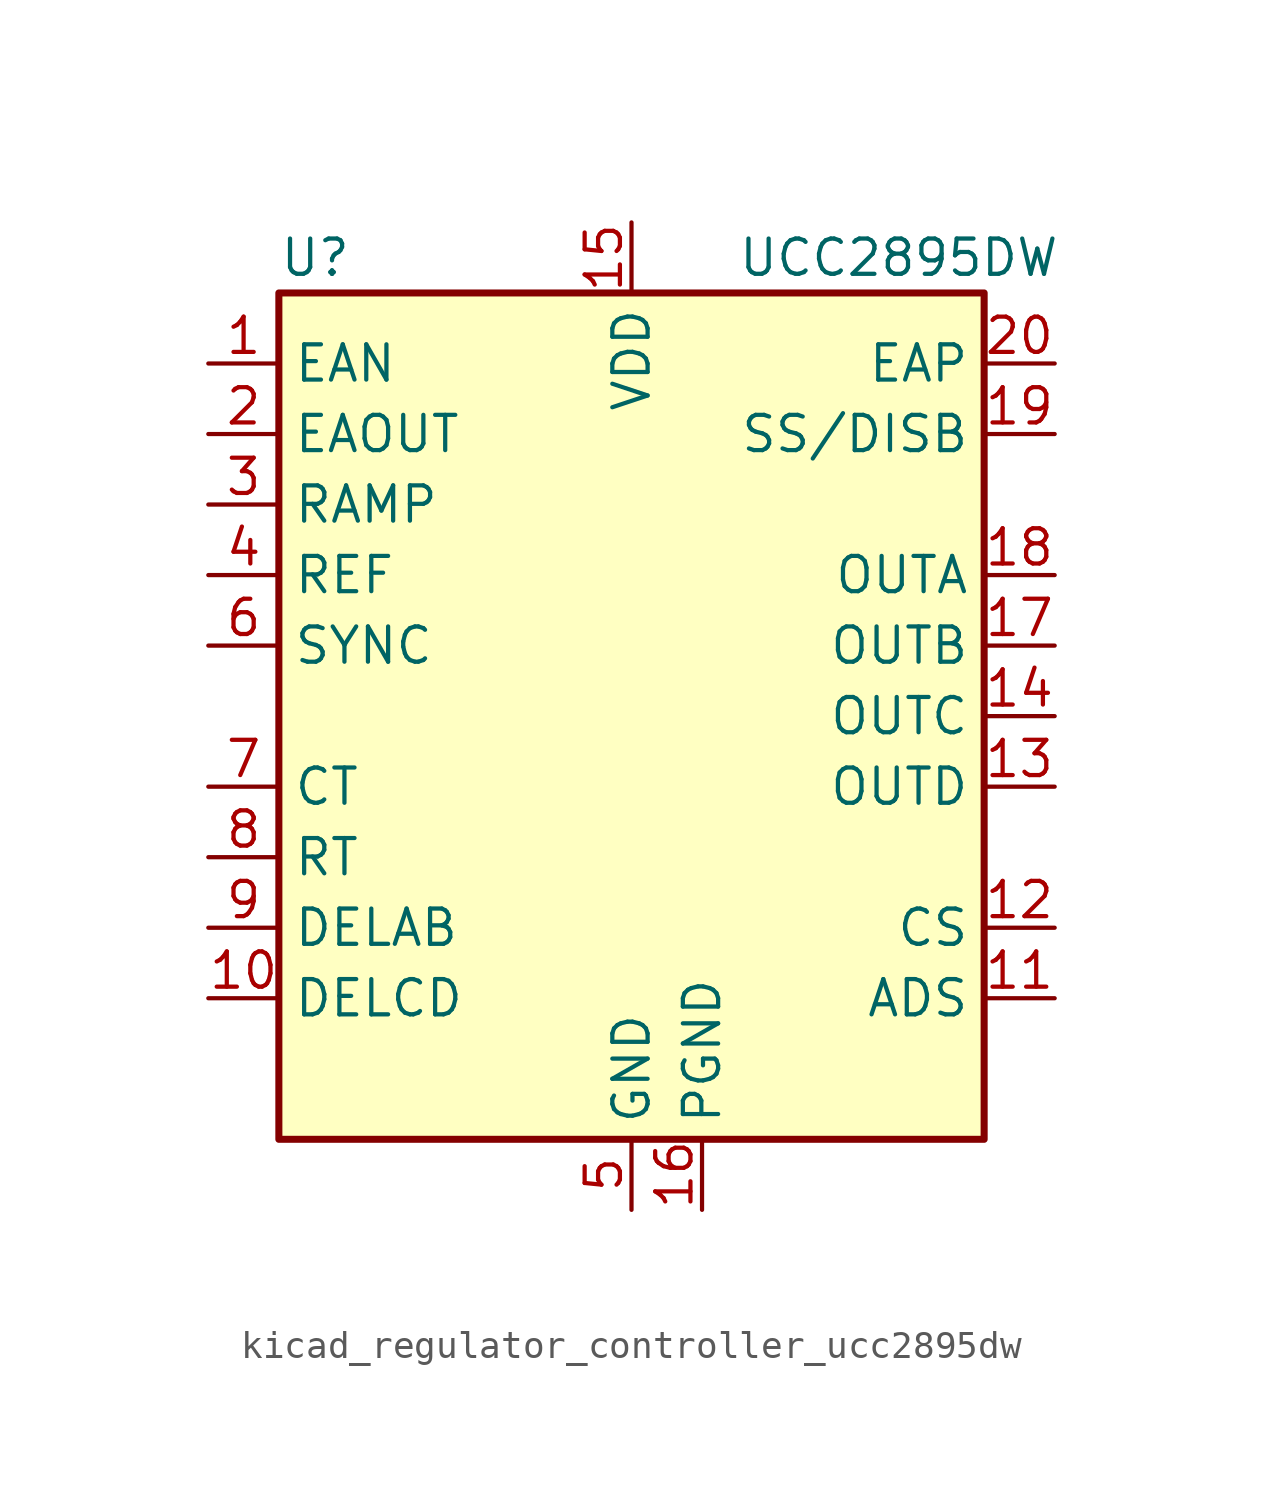
<source format=kicad_sym>
(kicad_symbol_lib
  (version 20220914)
  (generator kicad_symbol_editor)
  (symbol "kicad_regulator_controller_ucc2895dw"
    (property "Reference" "U"
      (at -12.7 16.51 0)
      (effects (font (size 1.27 1.27)) (justify left)))
    (property "Value" "UCC2895DW"
      (at 3.81 16.51 0)
      (effects (font (size 1.27 1.27)) (justify left)))
    (symbol "kicad_regulator_controller_ucc2895dw_0_1"
      (rectangle (start -12.7 15.24) (end 12.7 -15.24) (stroke (width 0.254) (type default)) (fill (type background))))
    (symbol "kicad_regulator_controller_ucc2895dw_1_1"
      (pin input line (at -15.24 12.7 0) (length 2.54) (name "EAN" (effects (font (size 1.27 1.27)))) (number "1" (effects (font (size 1.27 1.27)))))
      (pin passive line (at -15.24 -10.16 0) (length 2.54) (name "DELCD" (effects (font (size 1.27 1.27)))) (number "10" (effects (font (size 1.27 1.27)))))
      (pin input line (at 15.24 -10.16 180) (length 2.54) (name "ADS" (effects (font (size 1.27 1.27)))) (number "11" (effects (font (size 1.27 1.27)))))
      (pin input line (at 15.24 -7.62 180) (length 2.54) (name "CS" (effects (font (size 1.27 1.27)))) (number "12" (effects (font (size 1.27 1.27)))))
      (pin output line (at 15.24 -2.54 180) (length 2.54) (name "OUTD" (effects (font (size 1.27 1.27)))) (number "13" (effects (font (size 1.27 1.27)))))
      (pin output line (at 15.24 0 180) (length 2.54) (name "OUTC" (effects (font (size 1.27 1.27)))) (number "14" (effects (font (size 1.27 1.27)))))
      (pin power_in line (at 0 17.78 270) (length 2.54) (name "VDD" (effects (font (size 1.27 1.27)))) (number "15" (effects (font (size 1.27 1.27)))))
      (pin power_in line (at 2.54 -17.78 90) (length 2.54) (name "PGND" (effects (font (size 1.27 1.27)))) (number "16" (effects (font (size 1.27 1.27)))))
      (pin output line (at 15.24 2.54 180) (length 2.54) (name "OUTB" (effects (font (size 1.27 1.27)))) (number "17" (effects (font (size 1.27 1.27)))))
      (pin output line (at 15.24 5.08 180) (length 2.54) (name "OUTA" (effects (font (size 1.27 1.27)))) (number "18" (effects (font (size 1.27 1.27)))))
      (pin passive line (at 15.24 10.16 180) (length 2.54) (name "SS/DISB" (effects (font (size 1.27 1.27)))) (number "19" (effects (font (size 1.27 1.27)))))
      (pin bidirectional line (at -15.24 10.16 0) (length 2.54) (name "EAOUT" (effects (font (size 1.27 1.27)))) (number "2" (effects (font (size 1.27 1.27)))))
      (pin input line (at 15.24 12.7 180) (length 2.54) (name "EAP" (effects (font (size 1.27 1.27)))) (number "20" (effects (font (size 1.27 1.27)))))
      (pin input line (at -15.24 7.62 0) (length 2.54) (name "RAMP" (effects (font (size 1.27 1.27)))) (number "3" (effects (font (size 1.27 1.27)))))
      (pin output line (at -15.24 5.08 0) (length 2.54) (name "REF" (effects (font (size 1.27 1.27)))) (number "4" (effects (font (size 1.27 1.27)))))
      (pin power_in line (at 0 -17.78 90) (length 2.54) (name "GND" (effects (font (size 1.27 1.27)))) (number "5" (effects (font (size 1.27 1.27)))))
      (pin bidirectional line (at -15.24 2.54 0) (length 2.54) (name "SYNC" (effects (font (size 1.27 1.27)))) (number "6" (effects (font (size 1.27 1.27)))))
      (pin passive line (at -15.24 -2.54 0) (length 2.54) (name "CT" (effects (font (size 1.27 1.27)))) (number "7" (effects (font (size 1.27 1.27)))))
      (pin passive line (at -15.24 -5.08 0) (length 2.54) (name "RT" (effects (font (size 1.27 1.27)))) (number "8" (effects (font (size 1.27 1.27)))))
      (pin passive line (at -15.24 -7.62 0) (length 2.54) (name "DELAB" (effects (font (size 1.27 1.27)))) (number "9" (effects (font (size 1.27 1.27))))))))
</source>
